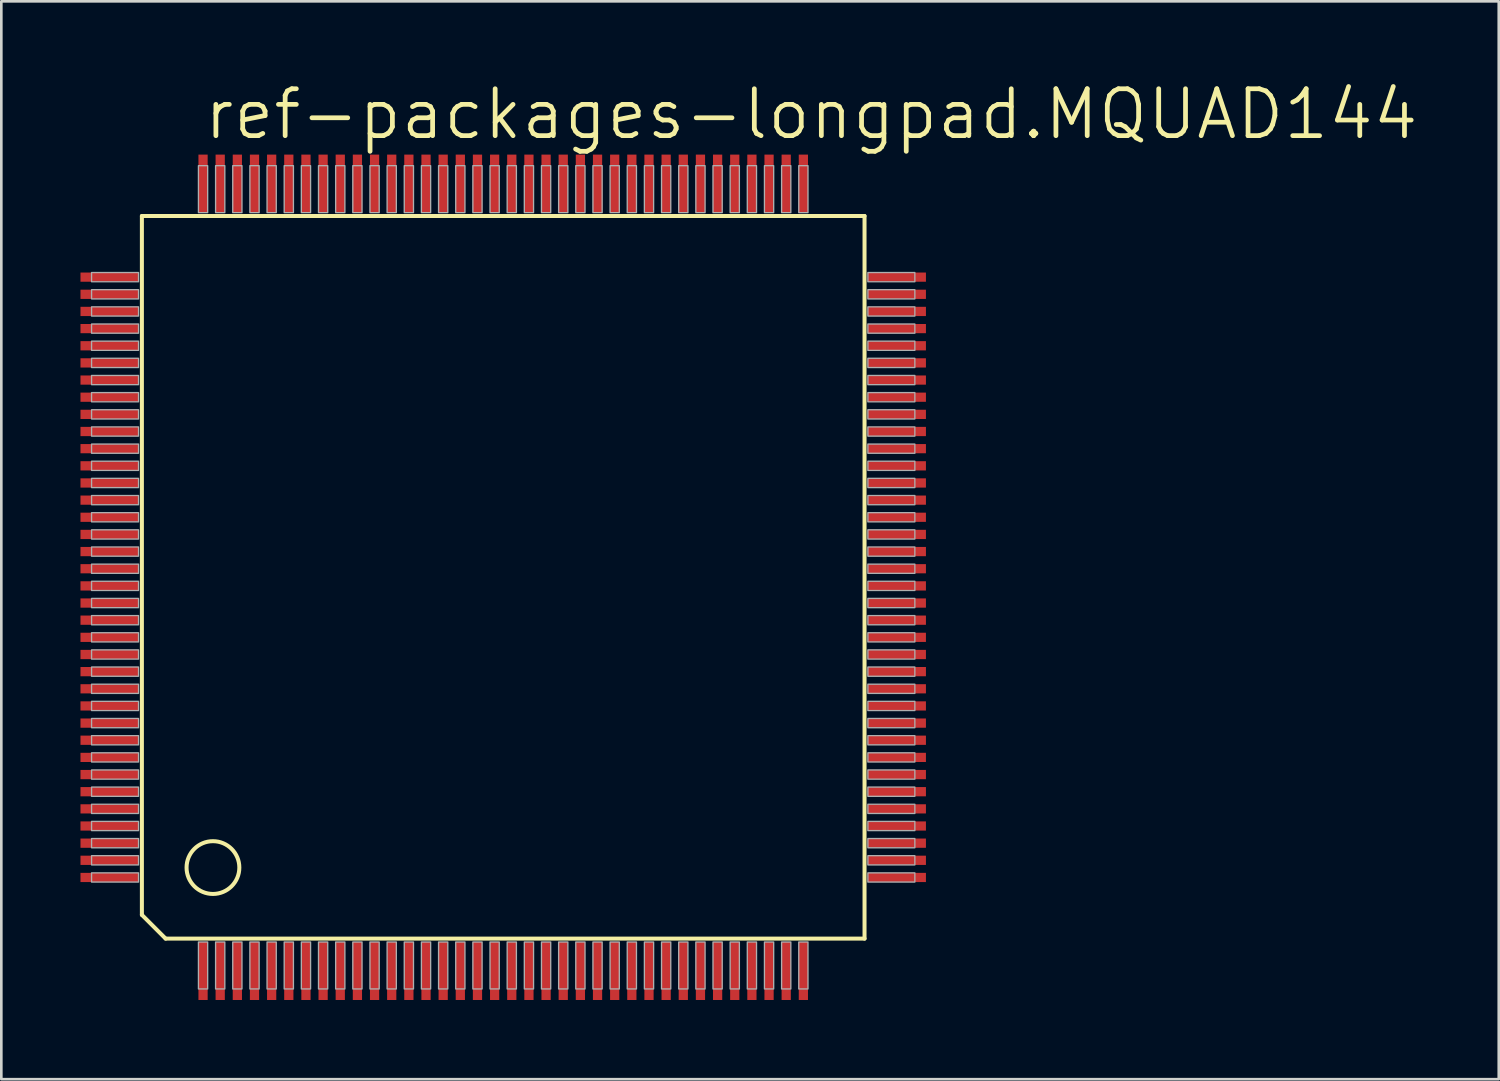
<source format=kicad_pcb>
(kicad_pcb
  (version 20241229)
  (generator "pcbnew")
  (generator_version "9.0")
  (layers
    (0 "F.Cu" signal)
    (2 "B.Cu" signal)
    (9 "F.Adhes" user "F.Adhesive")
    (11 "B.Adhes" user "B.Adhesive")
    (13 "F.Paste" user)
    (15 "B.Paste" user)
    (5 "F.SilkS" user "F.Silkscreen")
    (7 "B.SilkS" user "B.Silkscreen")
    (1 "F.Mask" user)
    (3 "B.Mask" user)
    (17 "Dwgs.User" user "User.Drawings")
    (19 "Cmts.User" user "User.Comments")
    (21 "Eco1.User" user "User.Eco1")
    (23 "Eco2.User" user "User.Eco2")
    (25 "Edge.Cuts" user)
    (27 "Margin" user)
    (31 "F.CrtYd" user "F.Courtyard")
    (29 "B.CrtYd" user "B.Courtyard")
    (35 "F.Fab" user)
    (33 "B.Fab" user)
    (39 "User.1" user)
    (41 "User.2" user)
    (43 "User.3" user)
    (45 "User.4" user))
  (footprint "ref-packages-longpad.MQUAD144"
    (layer "F.Cu")
    (at 16.02 18.828)
    (property "Reference" "ref-packages-longpad.MQUAD144" (at -11.43 -16.51 0) (layer "F.SilkS") (effects (font (size 1.778 1.778) (thickness 0.18)) (justify left bottom)))
    (attr smd)
    (fp_line (start -13.693 -13.693) (end 13.693 -13.693) (stroke (width 0.152) (type default)) (layer "F.SilkS"))
    (fp_line (start -13.693 12.793) (end -13.693 -13.693) (stroke (width 0.152) (type default)) (layer "F.SilkS"))
    (fp_line (start -12.793 13.693) (end -13.693 12.793) (stroke (width 0.152) (type default)) (layer "F.SilkS"))
    (fp_line (start 13.693 -13.693) (end 13.693 13.693) (stroke (width 0.152) (type default)) (layer "F.SilkS"))
    (fp_line (start 13.693 13.693) (end -12.793 13.693) (stroke (width 0.152) (type default)) (layer "F.SilkS"))
    (fp_circle (center -11 11) (end -10 11) (stroke (width 0.152) (type default)) (fill no) (layer "F.SilkS"))
    (fp_rect (start -15.6 -11.2) (end -13.82 -11.55) (stroke (width 0.05) (type default)) (fill no) (layer "F.Fab"))
    (fp_rect (start -15.6 -10.55) (end -13.82 -10.9) (stroke (width 0.05) (type default)) (fill no) (layer "F.Fab"))
    (fp_rect (start -15.6 -9.9) (end -13.82 -10.25) (stroke (width 0.05) (type default)) (fill no) (layer "F.Fab"))
    (fp_rect (start -15.6 -9.25) (end -13.82 -9.6) (stroke (width 0.05) (type default)) (fill no) (layer "F.Fab"))
    (fp_rect (start -15.6 -8.6) (end -13.82 -8.95) (stroke (width 0.05) (type default)) (fill no) (layer "F.Fab"))
    (fp_rect (start -15.6 -7.95) (end -13.82 -8.3) (stroke (width 0.05) (type default)) (fill no) (layer "F.Fab"))
    (fp_rect (start -15.6 -7.3) (end -13.82 -7.65) (stroke (width 0.05) (type default)) (fill no) (layer "F.Fab"))
    (fp_rect (start -15.6 -6.65) (end -13.82 -7) (stroke (width 0.05) (type default)) (fill no) (layer "F.Fab"))
    (fp_rect (start -15.6 -6) (end -13.82 -6.35) (stroke (width 0.05) (type default)) (fill no) (layer "F.Fab"))
    (fp_rect (start -15.6 -5.35) (end -13.82 -5.7) (stroke (width 0.05) (type default)) (fill no) (layer "F.Fab"))
    (fp_rect (start -15.6 -4.7) (end -13.82 -5.05) (stroke (width 0.05) (type default)) (fill no) (layer "F.Fab"))
    (fp_rect (start -15.6 -4.05) (end -13.82 -4.4) (stroke (width 0.05) (type default)) (fill no) (layer "F.Fab"))
    (fp_rect (start -15.6 -3.4) (end -13.82 -3.75) (stroke (width 0.05) (type default)) (fill no) (layer "F.Fab"))
    (fp_rect (start -15.6 -2.75) (end -13.82 -3.1) (stroke (width 0.05) (type default)) (fill no) (layer "F.Fab"))
    (fp_rect (start -15.6 -2.1) (end -13.82 -2.45) (stroke (width 0.05) (type default)) (fill no) (layer "F.Fab"))
    (fp_rect (start -15.6 -1.45) (end -13.82 -1.8) (stroke (width 0.05) (type default)) (fill no) (layer "F.Fab"))
    (fp_rect (start -15.6 -0.8) (end -13.82 -1.15) (stroke (width 0.05) (type default)) (fill no) (layer "F.Fab"))
    (fp_rect (start -15.6 -0.15) (end -13.82 -0.5) (stroke (width 0.05) (type default)) (fill no) (layer "F.Fab"))
    (fp_rect (start -15.6 0.5) (end -13.82 0.15) (stroke (width 0.05) (type default)) (fill no) (layer "F.Fab"))
    (fp_rect (start -15.6 1.15) (end -13.82 0.8) (stroke (width 0.05) (type default)) (fill no) (layer "F.Fab"))
    (fp_rect (start -15.6 1.8) (end -13.82 1.45) (stroke (width 0.05) (type default)) (fill no) (layer "F.Fab"))
    (fp_rect (start -15.6 2.45) (end -13.82 2.1) (stroke (width 0.05) (type default)) (fill no) (layer "F.Fab"))
    (fp_rect (start -15.6 3.1) (end -13.82 2.75) (stroke (width 0.05) (type default)) (fill no) (layer "F.Fab"))
    (fp_rect (start -15.6 3.75) (end -13.82 3.4) (stroke (width 0.05) (type default)) (fill no) (layer "F.Fab"))
    (fp_rect (start -15.6 4.4) (end -13.82 4.05) (stroke (width 0.05) (type default)) (fill no) (layer "F.Fab"))
    (fp_rect (start -15.6 5.05) (end -13.82 4.7) (stroke (width 0.05) (type default)) (fill no) (layer "F.Fab"))
    (fp_rect (start -15.6 5.7) (end -13.82 5.35) (stroke (width 0.05) (type default)) (fill no) (layer "F.Fab"))
    (fp_rect (start -15.6 6.35) (end -13.82 6) (stroke (width 0.05) (type default)) (fill no) (layer "F.Fab"))
    (fp_rect (start -15.6 7) (end -13.82 6.65) (stroke (width 0.05) (type default)) (fill no) (layer "F.Fab"))
    (fp_rect (start -15.6 7.65) (end -13.82 7.3) (stroke (width 0.05) (type default)) (fill no) (layer "F.Fab"))
    (fp_rect (start -15.6 8.3) (end -13.82 7.95) (stroke (width 0.05) (type default)) (fill no) (layer "F.Fab"))
    (fp_rect (start -15.6 8.95) (end -13.82 8.6) (stroke (width 0.05) (type default)) (fill no) (layer "F.Fab"))
    (fp_rect (start -15.6 9.6) (end -13.82 9.25) (stroke (width 0.05) (type default)) (fill no) (layer "F.Fab"))
    (fp_rect (start -15.6 10.25) (end -13.82 9.9) (stroke (width 0.05) (type default)) (fill no) (layer "F.Fab"))
    (fp_rect (start -15.6 10.9) (end -13.82 10.55) (stroke (width 0.05) (type default)) (fill no) (layer "F.Fab"))
    (fp_rect (start -15.6 11.55) (end -13.82 11.2) (stroke (width 0.05) (type default)) (fill no) (layer "F.Fab"))
    (fp_rect (start -11.55 -13.82) (end -11.2 -15.6) (stroke (width 0.05) (type default)) (fill no) (layer "F.Fab"))
    (fp_rect (start -11.55 15.6) (end -11.2 13.82) (stroke (width 0.05) (type default)) (fill no) (layer "F.Fab"))
    (fp_rect (start -10.9 -13.82) (end -10.55 -15.6) (stroke (width 0.05) (type default)) (fill no) (layer "F.Fab"))
    (fp_rect (start -10.9 15.6) (end -10.55 13.82) (stroke (width 0.05) (type default)) (fill no) (layer "F.Fab"))
    (fp_rect (start -10.25 -13.82) (end -9.9 -15.6) (stroke (width 0.05) (type default)) (fill no) (layer "F.Fab"))
    (fp_rect (start -10.25 15.6) (end -9.9 13.82) (stroke (width 0.05) (type default)) (fill no) (layer "F.Fab"))
    (fp_rect (start -9.6 -13.82) (end -9.25 -15.6) (stroke (width 0.05) (type default)) (fill no) (layer "F.Fab"))
    (fp_rect (start -9.6 15.6) (end -9.25 13.82) (stroke (width 0.05) (type default)) (fill no) (layer "F.Fab"))
    (fp_rect (start -8.95 -13.82) (end -8.6 -15.6) (stroke (width 0.05) (type default)) (fill no) (layer "F.Fab"))
    (fp_rect (start -8.95 15.6) (end -8.6 13.82) (stroke (width 0.05) (type default)) (fill no) (layer "F.Fab"))
    (fp_rect (start -8.3 -13.82) (end -7.95 -15.6) (stroke (width 0.05) (type default)) (fill no) (layer "F.Fab"))
    (fp_rect (start -8.3 15.6) (end -7.95 13.82) (stroke (width 0.05) (type default)) (fill no) (layer "F.Fab"))
    (fp_rect (start -7.65 -13.82) (end -7.3 -15.6) (stroke (width 0.05) (type default)) (fill no) (layer "F.Fab"))
    (fp_rect (start -7.65 15.6) (end -7.3 13.82) (stroke (width 0.05) (type default)) (fill no) (layer "F.Fab"))
    (fp_rect (start -7 -13.82) (end -6.65 -15.6) (stroke (width 0.05) (type default)) (fill no) (layer "F.Fab"))
    (fp_rect (start -7 15.6) (end -6.65 13.82) (stroke (width 0.05) (type default)) (fill no) (layer "F.Fab"))
    (fp_rect (start -6.35 -13.82) (end -6 -15.6) (stroke (width 0.05) (type default)) (fill no) (layer "F.Fab"))
    (fp_rect (start -6.35 15.6) (end -6 13.82) (stroke (width 0.05) (type default)) (fill no) (layer "F.Fab"))
    (fp_rect (start -5.7 -13.82) (end -5.35 -15.6) (stroke (width 0.05) (type default)) (fill no) (layer "F.Fab"))
    (fp_rect (start -5.7 15.6) (end -5.35 13.82) (stroke (width 0.05) (type default)) (fill no) (layer "F.Fab"))
    (fp_rect (start -5.05 -13.82) (end -4.7 -15.6) (stroke (width 0.05) (type default)) (fill no) (layer "F.Fab"))
    (fp_rect (start -5.05 15.6) (end -4.7 13.82) (stroke (width 0.05) (type default)) (fill no) (layer "F.Fab"))
    (fp_rect (start -4.4 -13.82) (end -4.05 -15.6) (stroke (width 0.05) (type default)) (fill no) (layer "F.Fab"))
    (fp_rect (start -4.4 15.6) (end -4.05 13.82) (stroke (width 0.05) (type default)) (fill no) (layer "F.Fab"))
    (fp_rect (start -3.75 -13.82) (end -3.4 -15.6) (stroke (width 0.05) (type default)) (fill no) (layer "F.Fab"))
    (fp_rect (start -3.75 15.6) (end -3.4 13.82) (stroke (width 0.05) (type default)) (fill no) (layer "F.Fab"))
    (fp_rect (start -3.1 -13.82) (end -2.75 -15.6) (stroke (width 0.05) (type default)) (fill no) (layer "F.Fab"))
    (fp_rect (start -3.1 15.6) (end -2.75 13.82) (stroke (width 0.05) (type default)) (fill no) (layer "F.Fab"))
    (fp_rect (start -2.45 -13.82) (end -2.1 -15.6) (stroke (width 0.05) (type default)) (fill no) (layer "F.Fab"))
    (fp_rect (start -2.45 15.6) (end -2.1 13.82) (stroke (width 0.05) (type default)) (fill no) (layer "F.Fab"))
    (fp_rect (start -1.8 -13.82) (end -1.45 -15.6) (stroke (width 0.05) (type default)) (fill no) (layer "F.Fab"))
    (fp_rect (start -1.8 15.6) (end -1.45 13.82) (stroke (width 0.05) (type default)) (fill no) (layer "F.Fab"))
    (fp_rect (start -1.15 -13.82) (end -0.8 -15.6) (stroke (width 0.05) (type default)) (fill no) (layer "F.Fab"))
    (fp_rect (start -1.15 15.6) (end -0.8 13.82) (stroke (width 0.05) (type default)) (fill no) (layer "F.Fab"))
    (fp_rect (start -0.5 -13.82) (end -0.15 -15.6) (stroke (width 0.05) (type default)) (fill no) (layer "F.Fab"))
    (fp_rect (start -0.5 15.6) (end -0.15 13.82) (stroke (width 0.05) (type default)) (fill no) (layer "F.Fab"))
    (fp_rect (start 0.15 -13.82) (end 0.5 -15.6) (stroke (width 0.05) (type default)) (fill no) (layer "F.Fab"))
    (fp_rect (start 0.15 15.6) (end 0.5 13.82) (stroke (width 0.05) (type default)) (fill no) (layer "F.Fab"))
    (fp_rect (start 0.8 -13.82) (end 1.15 -15.6) (stroke (width 0.05) (type default)) (fill no) (layer "F.Fab"))
    (fp_rect (start 0.8 15.6) (end 1.15 13.82) (stroke (width 0.05) (type default)) (fill no) (layer "F.Fab"))
    (fp_rect (start 1.45 -13.82) (end 1.8 -15.6) (stroke (width 0.05) (type default)) (fill no) (layer "F.Fab"))
    (fp_rect (start 1.45 15.6) (end 1.8 13.82) (stroke (width 0.05) (type default)) (fill no) (layer "F.Fab"))
    (fp_rect (start 2.1 -13.82) (end 2.45 -15.6) (stroke (width 0.05) (type default)) (fill no) (layer "F.Fab"))
    (fp_rect (start 2.1 15.6) (end 2.45 13.82) (stroke (width 0.05) (type default)) (fill no) (layer "F.Fab"))
    (fp_rect (start 2.75 -13.82) (end 3.1 -15.6) (stroke (width 0.05) (type default)) (fill no) (layer "F.Fab"))
    (fp_rect (start 2.75 15.6) (end 3.1 13.82) (stroke (width 0.05) (type default)) (fill no) (layer "F.Fab"))
    (fp_rect (start 3.4 -13.82) (end 3.75 -15.6) (stroke (width 0.05) (type default)) (fill no) (layer "F.Fab"))
    (fp_rect (start 3.4 15.6) (end 3.75 13.82) (stroke (width 0.05) (type default)) (fill no) (layer "F.Fab"))
    (fp_rect (start 4.05 -13.82) (end 4.4 -15.6) (stroke (width 0.05) (type default)) (fill no) (layer "F.Fab"))
    (fp_rect (start 4.05 15.6) (end 4.4 13.82) (stroke (width 0.05) (type default)) (fill no) (layer "F.Fab"))
    (fp_rect (start 4.7 -13.82) (end 5.05 -15.6) (stroke (width 0.05) (type default)) (fill no) (layer "F.Fab"))
    (fp_rect (start 4.7 15.6) (end 5.05 13.82) (stroke (width 0.05) (type default)) (fill no) (layer "F.Fab"))
    (fp_rect (start 5.35 -13.82) (end 5.7 -15.6) (stroke (width 0.05) (type default)) (fill no) (layer "F.Fab"))
    (fp_rect (start 5.35 15.6) (end 5.7 13.82) (stroke (width 0.05) (type default)) (fill no) (layer "F.Fab"))
    (fp_rect (start 6 -13.82) (end 6.35 -15.6) (stroke (width 0.05) (type default)) (fill no) (layer "F.Fab"))
    (fp_rect (start 6 15.6) (end 6.35 13.82) (stroke (width 0.05) (type default)) (fill no) (layer "F.Fab"))
    (fp_rect (start 6.65 -13.82) (end 7 -15.6) (stroke (width 0.05) (type default)) (fill no) (layer "F.Fab"))
    (fp_rect (start 6.65 15.6) (end 7 13.82) (stroke (width 0.05) (type default)) (fill no) (layer "F.Fab"))
    (fp_rect (start 7.3 -13.82) (end 7.65 -15.6) (stroke (width 0.05) (type default)) (fill no) (layer "F.Fab"))
    (fp_rect (start 7.3 15.6) (end 7.65 13.82) (stroke (width 0.05) (type default)) (fill no) (layer "F.Fab"))
    (fp_rect (start 7.95 -13.82) (end 8.3 -15.6) (stroke (width 0.05) (type default)) (fill no) (layer "F.Fab"))
    (fp_rect (start 7.95 15.6) (end 8.3 13.82) (stroke (width 0.05) (type default)) (fill no) (layer "F.Fab"))
    (fp_rect (start 8.6 -13.82) (end 8.95 -15.6) (stroke (width 0.05) (type default)) (fill no) (layer "F.Fab"))
    (fp_rect (start 8.6 15.6) (end 8.95 13.82) (stroke (width 0.05) (type default)) (fill no) (layer "F.Fab"))
    (fp_rect (start 9.25 -13.82) (end 9.6 -15.6) (stroke (width 0.05) (type default)) (fill no) (layer "F.Fab"))
    (fp_rect (start 9.25 15.6) (end 9.6 13.82) (stroke (width 0.05) (type default)) (fill no) (layer "F.Fab"))
    (fp_rect (start 9.9 -13.82) (end 10.25 -15.6) (stroke (width 0.05) (type default)) (fill no) (layer "F.Fab"))
    (fp_rect (start 9.9 15.6) (end 10.25 13.82) (stroke (width 0.05) (type default)) (fill no) (layer "F.Fab"))
    (fp_rect (start 10.55 -13.82) (end 10.9 -15.6) (stroke (width 0.05) (type default)) (fill no) (layer "F.Fab"))
    (fp_rect (start 10.55 15.6) (end 10.9 13.82) (stroke (width 0.05) (type default)) (fill no) (layer "F.Fab"))
    (fp_rect (start 11.2 -13.82) (end 11.55 -15.6) (stroke (width 0.05) (type default)) (fill no) (layer "F.Fab"))
    (fp_rect (start 11.2 15.6) (end 11.55 13.82) (stroke (width 0.05) (type default)) (fill no) (layer "F.Fab"))
    (fp_rect (start 13.82 -11.2) (end 15.6 -11.55) (stroke (width 0.05) (type default)) (fill no) (layer "F.Fab"))
    (fp_rect (start 13.82 -10.55) (end 15.6 -10.9) (stroke (width 0.05) (type default)) (fill no) (layer "F.Fab"))
    (fp_rect (start 13.82 -9.9) (end 15.6 -10.25) (stroke (width 0.05) (type default)) (fill no) (layer "F.Fab"))
    (fp_rect (start 13.82 -9.25) (end 15.6 -9.6) (stroke (width 0.05) (type default)) (fill no) (layer "F.Fab"))
    (fp_rect (start 13.82 -8.6) (end 15.6 -8.95) (stroke (width 0.05) (type default)) (fill no) (layer "F.Fab"))
    (fp_rect (start 13.82 -7.95) (end 15.6 -8.3) (stroke (width 0.05) (type default)) (fill no) (layer "F.Fab"))
    (fp_rect (start 13.82 -7.3) (end 15.6 -7.65) (stroke (width 0.05) (type default)) (fill no) (layer "F.Fab"))
    (fp_rect (start 13.82 -6.65) (end 15.6 -7) (stroke (width 0.05) (type default)) (fill no) (layer "F.Fab"))
    (fp_rect (start 13.82 -6) (end 15.6 -6.35) (stroke (width 0.05) (type default)) (fill no) (layer "F.Fab"))
    (fp_rect (start 13.82 -5.35) (end 15.6 -5.7) (stroke (width 0.05) (type default)) (fill no) (layer "F.Fab"))
    (fp_rect (start 13.82 -4.7) (end 15.6 -5.05) (stroke (width 0.05) (type default)) (fill no) (layer "F.Fab"))
    (fp_rect (start 13.82 -4.05) (end 15.6 -4.4) (stroke (width 0.05) (type default)) (fill no) (layer "F.Fab"))
    (fp_rect (start 13.82 -3.4) (end 15.6 -3.75) (stroke (width 0.05) (type default)) (fill no) (layer "F.Fab"))
    (fp_rect (start 13.82 -2.75) (end 15.6 -3.1) (stroke (width 0.05) (type default)) (fill no) (layer "F.Fab"))
    (fp_rect (start 13.82 -2.1) (end 15.6 -2.45) (stroke (width 0.05) (type default)) (fill no) (layer "F.Fab"))
    (fp_rect (start 13.82 -1.45) (end 15.6 -1.8) (stroke (width 0.05) (type default)) (fill no) (layer "F.Fab"))
    (fp_rect (start 13.82 -0.8) (end 15.6 -1.15) (stroke (width 0.05) (type default)) (fill no) (layer "F.Fab"))
    (fp_rect (start 13.82 -0.15) (end 15.6 -0.5) (stroke (width 0.05) (type default)) (fill no) (layer "F.Fab"))
    (fp_rect (start 13.82 0.5) (end 15.6 0.15) (stroke (width 0.05) (type default)) (fill no) (layer "F.Fab"))
    (fp_rect (start 13.82 1.15) (end 15.6 0.8) (stroke (width 0.05) (type default)) (fill no) (layer "F.Fab"))
    (fp_rect (start 13.82 1.8) (end 15.6 1.45) (stroke (width 0.05) (type default)) (fill no) (layer "F.Fab"))
    (fp_rect (start 13.82 2.45) (end 15.6 2.1) (stroke (width 0.05) (type default)) (fill no) (layer "F.Fab"))
    (fp_rect (start 13.82 3.1) (end 15.6 2.75) (stroke (width 0.05) (type default)) (fill no) (layer "F.Fab"))
    (fp_rect (start 13.82 3.75) (end 15.6 3.4) (stroke (width 0.05) (type default)) (fill no) (layer "F.Fab"))
    (fp_rect (start 13.82 4.4) (end 15.6 4.05) (stroke (width 0.05) (type default)) (fill no) (layer "F.Fab"))
    (fp_rect (start 13.82 5.05) (end 15.6 4.7) (stroke (width 0.05) (type default)) (fill no) (layer "F.Fab"))
    (fp_rect (start 13.82 5.7) (end 15.6 5.35) (stroke (width 0.05) (type default)) (fill no) (layer "F.Fab"))
    (fp_rect (start 13.82 6.35) (end 15.6 6) (stroke (width 0.05) (type default)) (fill no) (layer "F.Fab"))
    (fp_rect (start 13.82 7) (end 15.6 6.65) (stroke (width 0.05) (type default)) (fill no) (layer "F.Fab"))
    (fp_rect (start 13.82 7.65) (end 15.6 7.3) (stroke (width 0.05) (type default)) (fill no) (layer "F.Fab"))
    (fp_rect (start 13.82 8.3) (end 15.6 7.95) (stroke (width 0.05) (type default)) (fill no) (layer "F.Fab"))
    (fp_rect (start 13.82 8.95) (end 15.6 8.6) (stroke (width 0.05) (type default)) (fill no) (layer "F.Fab"))
    (fp_rect (start 13.82 9.6) (end 15.6 9.25) (stroke (width 0.05) (type default)) (fill no) (layer "F.Fab"))
    (fp_rect (start 13.82 10.25) (end 15.6 9.9) (stroke (width 0.05) (type default)) (fill no) (layer "F.Fab"))
    (fp_rect (start 13.82 10.9) (end 15.6 10.55) (stroke (width 0.05) (type default)) (fill no) (layer "F.Fab"))
    (fp_rect (start 13.82 11.55) (end 15.6 11.2) (stroke (width 0.05) (type default)) (fill no) (layer "F.Fab"))
    (pad "1" smd roundrect (at -11.375 14.92) (size 0.35 2.2) (layers "F.Cu" "F.Mask" "F.Paste") (roundrect_rratio 0.01))
    (pad "2" smd roundrect (at -10.725 14.92) (size 0.35 2.2) (layers "F.Cu" "F.Mask" "F.Paste") (roundrect_rratio 0.01))
    (pad "3" smd roundrect (at -10.075 14.92) (size 0.35 2.2) (layers "F.Cu" "F.Mask" "F.Paste") (roundrect_rratio 0.01))
    (pad "4" smd roundrect (at -9.425 14.92) (size 0.35 2.2) (layers "F.Cu" "F.Mask" "F.Paste") (roundrect_rratio 0.01))
    (pad "5" smd roundrect (at -8.775 14.92) (size 0.35 2.2) (layers "F.Cu" "F.Mask" "F.Paste") (roundrect_rratio 0.01))
    (pad "6" smd roundrect (at -8.125 14.92) (size 0.35 2.2) (layers "F.Cu" "F.Mask" "F.Paste") (roundrect_rratio 0.01))
    (pad "7" smd roundrect (at -7.475 14.92) (size 0.35 2.2) (layers "F.Cu" "F.Mask" "F.Paste") (roundrect_rratio 0.01))
    (pad "8" smd roundrect (at -6.825 14.92) (size 0.35 2.2) (layers "F.Cu" "F.Mask" "F.Paste") (roundrect_rratio 0.01))
    (pad "9" smd roundrect (at -6.175 14.92) (size 0.35 2.2) (layers "F.Cu" "F.Mask" "F.Paste") (roundrect_rratio 0.01))
    (pad "10" smd roundrect (at -5.525 14.92) (size 0.35 2.2) (layers "F.Cu" "F.Mask" "F.Paste") (roundrect_rratio 0.01))
    (pad "11" smd roundrect (at -4.875 14.92) (size 0.35 2.2) (layers "F.Cu" "F.Mask" "F.Paste") (roundrect_rratio 0.01))
    (pad "12" smd roundrect (at -4.225 14.92) (size 0.35 2.2) (layers "F.Cu" "F.Mask" "F.Paste") (roundrect_rratio 0.01))
    (pad "13" smd roundrect (at -3.575 14.92) (size 0.35 2.2) (layers "F.Cu" "F.Mask" "F.Paste") (roundrect_rratio 0.01))
    (pad "14" smd roundrect (at -2.925 14.92) (size 0.35 2.2) (layers "F.Cu" "F.Mask" "F.Paste") (roundrect_rratio 0.01))
    (pad "15" smd roundrect (at -2.275 14.92) (size 0.35 2.2) (layers "F.Cu" "F.Mask" "F.Paste") (roundrect_rratio 0.01))
    (pad "16" smd roundrect (at -1.625 14.92) (size 0.35 2.2) (layers "F.Cu" "F.Mask" "F.Paste") (roundrect_rratio 0.01))
    (pad "17" smd roundrect (at -0.975 14.92) (size 0.35 2.2) (layers "F.Cu" "F.Mask" "F.Paste") (roundrect_rratio 0.01))
    (pad "18" smd roundrect (at -0.325 14.92) (size 0.35 2.2) (layers "F.Cu" "F.Mask" "F.Paste") (roundrect_rratio 0.01))
    (pad "19" smd roundrect (at 0.325 14.92) (size 0.35 2.2) (layers "F.Cu" "F.Mask" "F.Paste") (roundrect_rratio 0.01))
    (pad "20" smd roundrect (at 0.975 14.92) (size 0.35 2.2) (layers "F.Cu" "F.Mask" "F.Paste") (roundrect_rratio 0.01))
    (pad "21" smd roundrect (at 1.625 14.92) (size 0.35 2.2) (layers "F.Cu" "F.Mask" "F.Paste") (roundrect_rratio 0.01))
    (pad "22" smd roundrect (at 2.275 14.92) (size 0.35 2.2) (layers "F.Cu" "F.Mask" "F.Paste") (roundrect_rratio 0.01))
    (pad "23" smd roundrect (at 2.925 14.92) (size 0.35 2.2) (layers "F.Cu" "F.Mask" "F.Paste") (roundrect_rratio 0.01))
    (pad "24" smd roundrect (at 3.575 14.92) (size 0.35 2.2) (layers "F.Cu" "F.Mask" "F.Paste") (roundrect_rratio 0.01))
    (pad "25" smd roundrect (at 4.225 14.92) (size 0.35 2.2) (layers "F.Cu" "F.Mask" "F.Paste") (roundrect_rratio 0.01))
    (pad "26" smd roundrect (at 4.875 14.92) (size 0.35 2.2) (layers "F.Cu" "F.Mask" "F.Paste") (roundrect_rratio 0.01))
    (pad "27" smd roundrect (at 5.525 14.92) (size 0.35 2.2) (layers "F.Cu" "F.Mask" "F.Paste") (roundrect_rratio 0.01))
    (pad "28" smd roundrect (at 6.175 14.92) (size 0.35 2.2) (layers "F.Cu" "F.Mask" "F.Paste") (roundrect_rratio 0.01))
    (pad "29" smd roundrect (at 6.825 14.92) (size 0.35 2.2) (layers "F.Cu" "F.Mask" "F.Paste") (roundrect_rratio 0.01))
    (pad "30" smd roundrect (at 7.475 14.92) (size 0.35 2.2) (layers "F.Cu" "F.Mask" "F.Paste") (roundrect_rratio 0.01))
    (pad "31" smd roundrect (at 8.125 14.92) (size 0.35 2.2) (layers "F.Cu" "F.Mask" "F.Paste") (roundrect_rratio 0.01))
    (pad "32" smd roundrect (at 8.775 14.92) (size 0.35 2.2) (layers "F.Cu" "F.Mask" "F.Paste") (roundrect_rratio 0.01))
    (pad "33" smd roundrect (at 9.425 14.92) (size 0.35 2.2) (layers "F.Cu" "F.Mask" "F.Paste") (roundrect_rratio 0.01))
    (pad "34" smd roundrect (at 10.075 14.92) (size 0.35 2.2) (layers "F.Cu" "F.Mask" "F.Paste") (roundrect_rratio 0.01))
    (pad "35" smd roundrect (at 10.725 14.92) (size 0.35 2.2) (layers "F.Cu" "F.Mask" "F.Paste") (roundrect_rratio 0.01))
    (pad "36" smd roundrect (at 11.375 14.92) (size 0.35 2.2) (layers "F.Cu" "F.Mask" "F.Paste") (roundrect_rratio 0.01))
    (pad "37" smd roundrect (at 14.92 11.375) (size 2.2 0.35) (layers "F.Cu" "F.Mask" "F.Paste") (roundrect_rratio 0.01))
    (pad "38" smd roundrect (at 14.92 10.725) (size 2.2 0.35) (layers "F.Cu" "F.Mask" "F.Paste") (roundrect_rratio 0.01))
    (pad "39" smd roundrect (at 14.92 10.075) (size 2.2 0.35) (layers "F.Cu" "F.Mask" "F.Paste") (roundrect_rratio 0.01))
    (pad "40" smd roundrect (at 14.92 9.425) (size 2.2 0.35) (layers "F.Cu" "F.Mask" "F.Paste") (roundrect_rratio 0.01))
    (pad "41" smd roundrect (at 14.92 8.775) (size 2.2 0.35) (layers "F.Cu" "F.Mask" "F.Paste") (roundrect_rratio 0.01))
    (pad "42" smd roundrect (at 14.92 8.125) (size 2.2 0.35) (layers "F.Cu" "F.Mask" "F.Paste") (roundrect_rratio 0.01))
    (pad "43" smd roundrect (at 14.92 7.475) (size 2.2 0.35) (layers "F.Cu" "F.Mask" "F.Paste") (roundrect_rratio 0.01))
    (pad "44" smd roundrect (at 14.92 6.825) (size 2.2 0.35) (layers "F.Cu" "F.Mask" "F.Paste") (roundrect_rratio 0.01))
    (pad "45" smd roundrect (at 14.92 6.175) (size 2.2 0.35) (layers "F.Cu" "F.Mask" "F.Paste") (roundrect_rratio 0.01))
    (pad "46" smd roundrect (at 14.92 5.525) (size 2.2 0.35) (layers "F.Cu" "F.Mask" "F.Paste") (roundrect_rratio 0.01))
    (pad "47" smd roundrect (at 14.92 4.875) (size 2.2 0.35) (layers "F.Cu" "F.Mask" "F.Paste") (roundrect_rratio 0.01))
    (pad "48" smd roundrect (at 14.92 4.225) (size 2.2 0.35) (layers "F.Cu" "F.Mask" "F.Paste") (roundrect_rratio 0.01))
    (pad "49" smd roundrect (at 14.92 3.575) (size 2.2 0.35) (layers "F.Cu" "F.Mask" "F.Paste") (roundrect_rratio 0.01))
    (pad "50" smd roundrect (at 14.92 2.925) (size 2.2 0.35) (layers "F.Cu" "F.Mask" "F.Paste") (roundrect_rratio 0.01))
    (pad "51" smd roundrect (at 14.92 2.275) (size 2.2 0.35) (layers "F.Cu" "F.Mask" "F.Paste") (roundrect_rratio 0.01))
    (pad "52" smd roundrect (at 14.92 1.625) (size 2.2 0.35) (layers "F.Cu" "F.Mask" "F.Paste") (roundrect_rratio 0.01))
    (pad "53" smd roundrect (at 14.92 0.975) (size 2.2 0.35) (layers "F.Cu" "F.Mask" "F.Paste") (roundrect_rratio 0.01))
    (pad "54" smd roundrect (at 14.92 0.325) (size 2.2 0.35) (layers "F.Cu" "F.Mask" "F.Paste") (roundrect_rratio 0.01))
    (pad "55" smd roundrect (at 14.92 -0.325) (size 2.2 0.35) (layers "F.Cu" "F.Mask" "F.Paste") (roundrect_rratio 0.01))
    (pad "56" smd roundrect (at 14.92 -0.975) (size 2.2 0.35) (layers "F.Cu" "F.Mask" "F.Paste") (roundrect_rratio 0.01))
    (pad "57" smd roundrect (at 14.92 -1.625) (size 2.2 0.35) (layers "F.Cu" "F.Mask" "F.Paste") (roundrect_rratio 0.01))
    (pad "58" smd roundrect (at 14.92 -2.275) (size 2.2 0.35) (layers "F.Cu" "F.Mask" "F.Paste") (roundrect_rratio 0.01))
    (pad "59" smd roundrect (at 14.92 -2.925) (size 2.2 0.35) (layers "F.Cu" "F.Mask" "F.Paste") (roundrect_rratio 0.01))
    (pad "60" smd roundrect (at 14.92 -3.575) (size 2.2 0.35) (layers "F.Cu" "F.Mask" "F.Paste") (roundrect_rratio 0.01))
    (pad "61" smd roundrect (at 14.92 -4.225) (size 2.2 0.35) (layers "F.Cu" "F.Mask" "F.Paste") (roundrect_rratio 0.01))
    (pad "62" smd roundrect (at 14.92 -4.875) (size 2.2 0.35) (layers "F.Cu" "F.Mask" "F.Paste") (roundrect_rratio 0.01))
    (pad "63" smd roundrect (at 14.92 -5.525) (size 2.2 0.35) (layers "F.Cu" "F.Mask" "F.Paste") (roundrect_rratio 0.01))
    (pad "64" smd roundrect (at 14.92 -6.175) (size 2.2 0.35) (layers "F.Cu" "F.Mask" "F.Paste") (roundrect_rratio 0.01))
    (pad "65" smd roundrect (at 14.92 -6.825) (size 2.2 0.35) (layers "F.Cu" "F.Mask" "F.Paste") (roundrect_rratio 0.01))
    (pad "66" smd roundrect (at 14.92 -7.475) (size 2.2 0.35) (layers "F.Cu" "F.Mask" "F.Paste") (roundrect_rratio 0.01))
    (pad "67" smd roundrect (at 14.92 -8.125) (size 2.2 0.35) (layers "F.Cu" "F.Mask" "F.Paste") (roundrect_rratio 0.01))
    (pad "68" smd roundrect (at 14.92 -8.775) (size 2.2 0.35) (layers "F.Cu" "F.Mask" "F.Paste") (roundrect_rratio 0.01))
    (pad "69" smd roundrect (at 14.92 -9.425) (size 2.2 0.35) (layers "F.Cu" "F.Mask" "F.Paste") (roundrect_rratio 0.01))
    (pad "70" smd roundrect (at 14.92 -10.075) (size 2.2 0.35) (layers "F.Cu" "F.Mask" "F.Paste") (roundrect_rratio 0.01))
    (pad "71" smd roundrect (at 14.92 -10.725) (size 2.2 0.35) (layers "F.Cu" "F.Mask" "F.Paste") (roundrect_rratio 0.01))
    (pad "72" smd roundrect (at 14.92 -11.375) (size 2.2 0.35) (layers "F.Cu" "F.Mask" "F.Paste") (roundrect_rratio 0.01))
    (pad "73" smd roundrect (at 11.375 -14.92) (size 0.35 2.2) (layers "F.Cu" "F.Mask" "F.Paste") (roundrect_rratio 0.01))
    (pad "74" smd roundrect (at 10.725 -14.92) (size 0.35 2.2) (layers "F.Cu" "F.Mask" "F.Paste") (roundrect_rratio 0.01))
    (pad "75" smd roundrect (at 10.075 -14.92) (size 0.35 2.2) (layers "F.Cu" "F.Mask" "F.Paste") (roundrect_rratio 0.01))
    (pad "76" smd roundrect (at 9.425 -14.92) (size 0.35 2.2) (layers "F.Cu" "F.Mask" "F.Paste") (roundrect_rratio 0.01))
    (pad "77" smd roundrect (at 8.775 -14.92) (size 0.35 2.2) (layers "F.Cu" "F.Mask" "F.Paste") (roundrect_rratio 0.01))
    (pad "78" smd roundrect (at 8.125 -14.92) (size 0.35 2.2) (layers "F.Cu" "F.Mask" "F.Paste") (roundrect_rratio 0.01))
    (pad "79" smd roundrect (at 7.475 -14.92) (size 0.35 2.2) (layers "F.Cu" "F.Mask" "F.Paste") (roundrect_rratio 0.01))
    (pad "80" smd roundrect (at 6.825 -14.92) (size 0.35 2.2) (layers "F.Cu" "F.Mask" "F.Paste") (roundrect_rratio 0.01))
    (pad "81" smd roundrect (at 6.175 -14.92) (size 0.35 2.2) (layers "F.Cu" "F.Mask" "F.Paste") (roundrect_rratio 0.01))
    (pad "82" smd roundrect (at 5.525 -14.92) (size 0.35 2.2) (layers "F.Cu" "F.Mask" "F.Paste") (roundrect_rratio 0.01))
    (pad "83" smd roundrect (at 4.875 -14.92) (size 0.35 2.2) (layers "F.Cu" "F.Mask" "F.Paste") (roundrect_rratio 0.01))
    (pad "84" smd roundrect (at 4.225 -14.92) (size 0.35 2.2) (layers "F.Cu" "F.Mask" "F.Paste") (roundrect_rratio 0.01))
    (pad "85" smd roundrect (at 3.575 -14.92) (size 0.35 2.2) (layers "F.Cu" "F.Mask" "F.Paste") (roundrect_rratio 0.01))
    (pad "86" smd roundrect (at 2.925 -14.92) (size 0.35 2.2) (layers "F.Cu" "F.Mask" "F.Paste") (roundrect_rratio 0.01))
    (pad "87" smd roundrect (at 2.275 -14.92) (size 0.35 2.2) (layers "F.Cu" "F.Mask" "F.Paste") (roundrect_rratio 0.01))
    (pad "88" smd roundrect (at 1.625 -14.92) (size 0.35 2.2) (layers "F.Cu" "F.Mask" "F.Paste") (roundrect_rratio 0.01))
    (pad "89" smd roundrect (at 0.975 -14.92) (size 0.35 2.2) (layers "F.Cu" "F.Mask" "F.Paste") (roundrect_rratio 0.01))
    (pad "90" smd roundrect (at 0.325 -14.92) (size 0.35 2.2) (layers "F.Cu" "F.Mask" "F.Paste") (roundrect_rratio 0.01))
    (pad "91" smd roundrect (at -0.325 -14.92) (size 0.35 2.2) (layers "F.Cu" "F.Mask" "F.Paste") (roundrect_rratio 0.01))
    (pad "92" smd roundrect (at -0.975 -14.92) (size 0.35 2.2) (layers "F.Cu" "F.Mask" "F.Paste") (roundrect_rratio 0.01))
    (pad "93" smd roundrect (at -1.625 -14.92) (size 0.35 2.2) (layers "F.Cu" "F.Mask" "F.Paste") (roundrect_rratio 0.01))
    (pad "94" smd roundrect (at -2.275 -14.92) (size 0.35 2.2) (layers "F.Cu" "F.Mask" "F.Paste") (roundrect_rratio 0.01))
    (pad "95" smd roundrect (at -2.925 -14.92) (size 0.35 2.2) (layers "F.Cu" "F.Mask" "F.Paste") (roundrect_rratio 0.01))
    (pad "96" smd roundrect (at -3.575 -14.92) (size 0.35 2.2) (layers "F.Cu" "F.Mask" "F.Paste") (roundrect_rratio 0.01))
    (pad "97" smd roundrect (at -4.225 -14.92) (size 0.35 2.2) (layers "F.Cu" "F.Mask" "F.Paste") (roundrect_rratio 0.01))
    (pad "98" smd roundrect (at -4.875 -14.92) (size 0.35 2.2) (layers "F.Cu" "F.Mask" "F.Paste") (roundrect_rratio 0.01))
    (pad "99" smd roundrect (at -5.525 -14.92) (size 0.35 2.2) (layers "F.Cu" "F.Mask" "F.Paste") (roundrect_rratio 0.01))
    (pad "100" smd roundrect (at -6.175 -14.92) (size 0.35 2.2) (layers "F.Cu" "F.Mask" "F.Paste") (roundrect_rratio 0.01))
    (pad "101" smd roundrect (at -6.825 -14.92) (size 0.35 2.2) (layers "F.Cu" "F.Mask" "F.Paste") (roundrect_rratio 0.01))
    (pad "102" smd roundrect (at -7.475 -14.92) (size 0.35 2.2) (layers "F.Cu" "F.Mask" "F.Paste") (roundrect_rratio 0.01))
    (pad "103" smd roundrect (at -8.125 -14.92) (size 0.35 2.2) (layers "F.Cu" "F.Mask" "F.Paste") (roundrect_rratio 0.01))
    (pad "104" smd roundrect (at -8.775 -14.92) (size 0.35 2.2) (layers "F.Cu" "F.Mask" "F.Paste") (roundrect_rratio 0.01))
    (pad "105" smd roundrect (at -9.425 -14.92) (size 0.35 2.2) (layers "F.Cu" "F.Mask" "F.Paste") (roundrect_rratio 0.01))
    (pad "106" smd roundrect (at -10.075 -14.92) (size 0.35 2.2) (layers "F.Cu" "F.Mask" "F.Paste") (roundrect_rratio 0.01))
    (pad "107" smd roundrect (at -10.725 -14.92) (size 0.35 2.2) (layers "F.Cu" "F.Mask" "F.Paste") (roundrect_rratio 0.01))
    (pad "108" smd roundrect (at -11.375 -14.92) (size 0.35 2.2) (layers "F.Cu" "F.Mask" "F.Paste") (roundrect_rratio 0.01))
    (pad "109" smd roundrect (at -14.92 -11.375) (size 2.2 0.35) (layers "F.Cu" "F.Mask" "F.Paste") (roundrect_rratio 0.01))
    (pad "110" smd roundrect (at -14.92 -10.725) (size 2.2 0.35) (layers "F.Cu" "F.Mask" "F.Paste") (roundrect_rratio 0.01))
    (pad "111" smd roundrect (at -14.92 -10.075) (size 2.2 0.35) (layers "F.Cu" "F.Mask" "F.Paste") (roundrect_rratio 0.01))
    (pad "112" smd roundrect (at -14.92 -9.425) (size 2.2 0.35) (layers "F.Cu" "F.Mask" "F.Paste") (roundrect_rratio 0.01))
    (pad "113" smd roundrect (at -14.92 -8.775) (size 2.2 0.35) (layers "F.Cu" "F.Mask" "F.Paste") (roundrect_rratio 0.01))
    (pad "114" smd roundrect (at -14.92 -8.125) (size 2.2 0.35) (layers "F.Cu" "F.Mask" "F.Paste") (roundrect_rratio 0.01))
    (pad "115" smd roundrect (at -14.92 -7.475) (size 2.2 0.35) (layers "F.Cu" "F.Mask" "F.Paste") (roundrect_rratio 0.01))
    (pad "116" smd roundrect (at -14.92 -6.825) (size 2.2 0.35) (layers "F.Cu" "F.Mask" "F.Paste") (roundrect_rratio 0.01))
    (pad "117" smd roundrect (at -14.92 -6.175) (size 2.2 0.35) (layers "F.Cu" "F.Mask" "F.Paste") (roundrect_rratio 0.01))
    (pad "118" smd roundrect (at -14.92 -5.525) (size 2.2 0.35) (layers "F.Cu" "F.Mask" "F.Paste") (roundrect_rratio 0.01))
    (pad "119" smd roundrect (at -14.92 -4.875) (size 2.2 0.35) (layers "F.Cu" "F.Mask" "F.Paste") (roundrect_rratio 0.01))
    (pad "120" smd roundrect (at -14.92 -4.225) (size 2.2 0.35) (layers "F.Cu" "F.Mask" "F.Paste") (roundrect_rratio 0.01))
    (pad "121" smd roundrect (at -14.92 -3.575) (size 2.2 0.35) (layers "F.Cu" "F.Mask" "F.Paste") (roundrect_rratio 0.01))
    (pad "122" smd roundrect (at -14.92 -2.925) (size 2.2 0.35) (layers "F.Cu" "F.Mask" "F.Paste") (roundrect_rratio 0.01))
    (pad "123" smd roundrect (at -14.92 -2.275) (size 2.2 0.35) (layers "F.Cu" "F.Mask" "F.Paste") (roundrect_rratio 0.01))
    (pad "124" smd roundrect (at -14.92 -1.625) (size 2.2 0.35) (layers "F.Cu" "F.Mask" "F.Paste") (roundrect_rratio 0.01))
    (pad "125" smd roundrect (at -14.92 -0.975) (size 2.2 0.35) (layers "F.Cu" "F.Mask" "F.Paste") (roundrect_rratio 0.01))
    (pad "126" smd roundrect (at -14.92 -0.325) (size 2.2 0.35) (layers "F.Cu" "F.Mask" "F.Paste") (roundrect_rratio 0.01))
    (pad "127" smd roundrect (at -14.92 0.325) (size 2.2 0.35) (layers "F.Cu" "F.Mask" "F.Paste") (roundrect_rratio 0.01))
    (pad "128" smd roundrect (at -14.92 0.975) (size 2.2 0.35) (layers "F.Cu" "F.Mask" "F.Paste") (roundrect_rratio 0.01))
    (pad "129" smd roundrect (at -14.92 1.625) (size 2.2 0.35) (layers "F.Cu" "F.Mask" "F.Paste") (roundrect_rratio 0.01))
    (pad "130" smd roundrect (at -14.92 2.275) (size 2.2 0.35) (layers "F.Cu" "F.Mask" "F.Paste") (roundrect_rratio 0.01))
    (pad "131" smd roundrect (at -14.92 2.925) (size 2.2 0.35) (layers "F.Cu" "F.Mask" "F.Paste") (roundrect_rratio 0.01))
    (pad "132" smd roundrect (at -14.92 3.575) (size 2.2 0.35) (layers "F.Cu" "F.Mask" "F.Paste") (roundrect_rratio 0.01))
    (pad "133" smd roundrect (at -14.92 4.225) (size 2.2 0.35) (layers "F.Cu" "F.Mask" "F.Paste") (roundrect_rratio 0.01))
    (pad "134" smd roundrect (at -14.92 4.875) (size 2.2 0.35) (layers "F.Cu" "F.Mask" "F.Paste") (roundrect_rratio 0.01))
    (pad "135" smd roundrect (at -14.92 5.525) (size 2.2 0.35) (layers "F.Cu" "F.Mask" "F.Paste") (roundrect_rratio 0.01))
    (pad "136" smd roundrect (at -14.92 6.175) (size 2.2 0.35) (layers "F.Cu" "F.Mask" "F.Paste") (roundrect_rratio 0.01))
    (pad "137" smd roundrect (at -14.92 6.825) (size 2.2 0.35) (layers "F.Cu" "F.Mask" "F.Paste") (roundrect_rratio 0.01))
    (pad "138" smd roundrect (at -14.92 7.475) (size 2.2 0.35) (layers "F.Cu" "F.Mask" "F.Paste") (roundrect_rratio 0.01))
    (pad "139" smd roundrect (at -14.92 8.125) (size 2.2 0.35) (layers "F.Cu" "F.Mask" "F.Paste") (roundrect_rratio 0.01))
    (pad "140" smd roundrect (at -14.92 8.775) (size 2.2 0.35) (layers "F.Cu" "F.Mask" "F.Paste") (roundrect_rratio 0.01))
    (pad "141" smd roundrect (at -14.92 9.425) (size 2.2 0.35) (layers "F.Cu" "F.Mask" "F.Paste") (roundrect_rratio 0.01))
    (pad "142" smd roundrect (at -14.92 10.075) (size 2.2 0.35) (layers "F.Cu" "F.Mask" "F.Paste") (roundrect_rratio 0.01))
    (pad "143" smd roundrect (at -14.92 10.725) (size 2.2 0.35) (layers "F.Cu" "F.Mask" "F.Paste") (roundrect_rratio 0.01))
    (pad "144" smd roundrect (at -14.92 11.375) (size 2.2 0.35) (layers "F.Cu" "F.Mask" "F.Paste") (roundrect_rratio 0.01)))
  (gr_rect
    (start -3 -3)
    (end 53.748 37.848)
    (stroke (width 0.1) (type default))
    (fill no)
    (layer "Edge.Cuts")))
</source>
